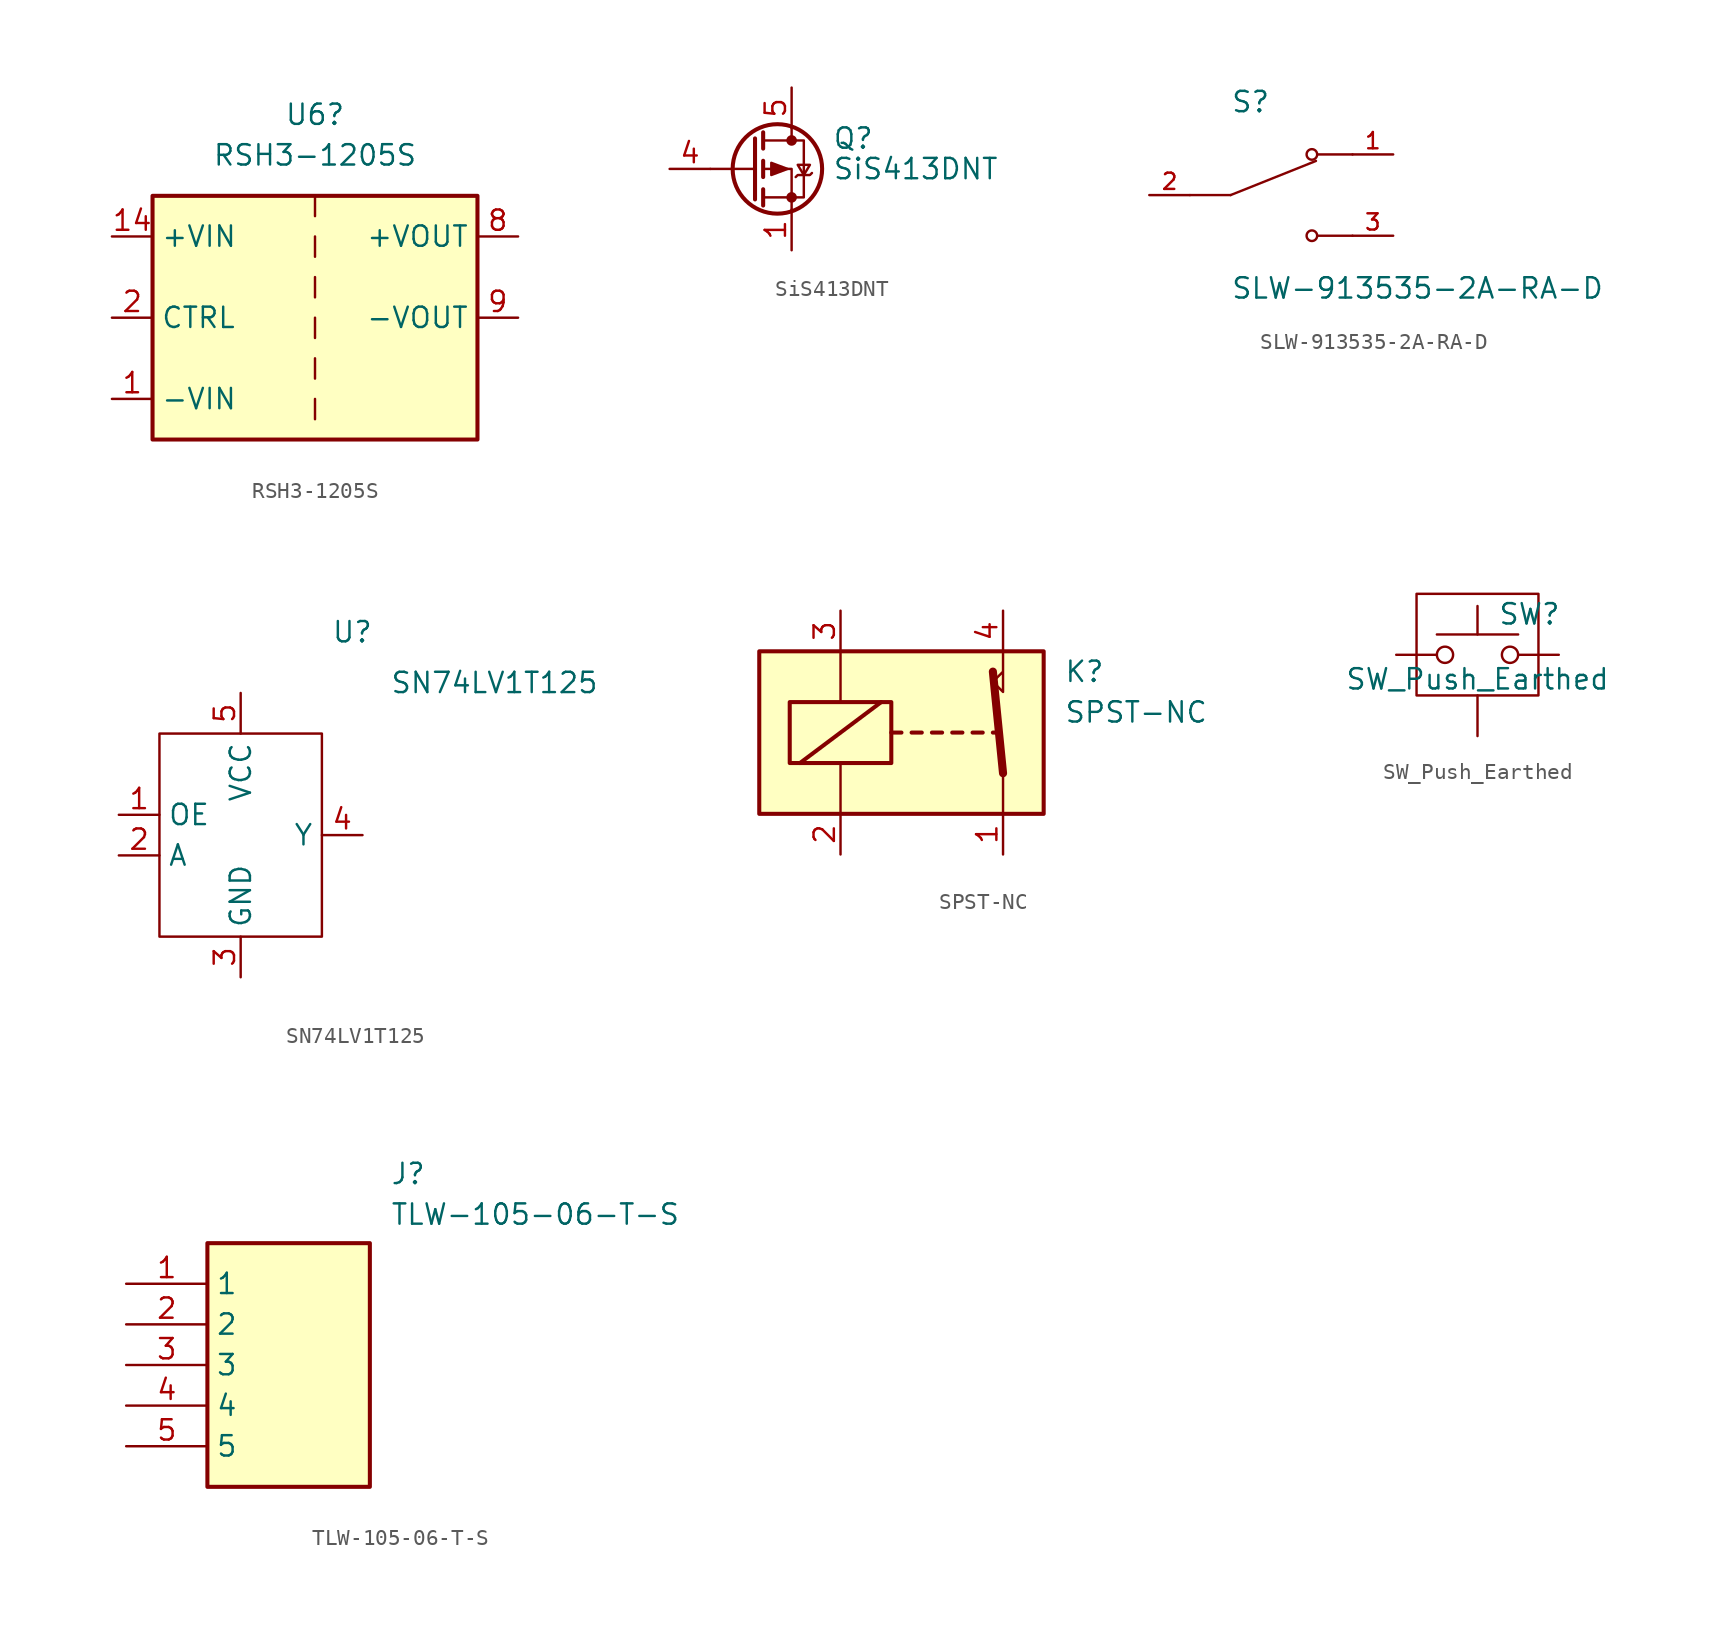
<source format=kicad_sym>
(kicad_symbol_lib
  (version 20231120)
  (generator "kicad_symbol_editor")
  (generator_version "8.0")
  (symbol "RSH3-1205S"
    (property "Reference" "U6"
      (at 0 12.7 0)
      (effects (font (size 1.27 1.27))))
    (property "Value" "RSH3-1205S"
      (at 0 10.16 0)
      (effects (font (size 1.27 1.27))))
    (symbol "RSH3-1205S_0_1"
      (rectangle (start -10.16 7.62) (end 10.16 -7.62) (stroke (width 0.254) (type default)) (fill (type background)))
      (polyline (pts (xy 0 -5.08) (xy 0 -6.35)) (stroke (width 0) (type default)) (fill (type none)))
      (polyline (pts (xy 0 -2.54) (xy 0 -3.81)) (stroke (width 0) (type default)) (fill (type none)))
      (polyline (pts (xy 0 0) (xy 0 -1.27)) (stroke (width 0) (type default)) (fill (type none)))
      (polyline (pts (xy 0 2.54) (xy 0 1.27)) (stroke (width 0) (type default)) (fill (type none)))
      (polyline (pts (xy 0 5.08) (xy 0 3.81)) (stroke (width 0) (type default)) (fill (type none)))
      (polyline (pts (xy 0 7.62) (xy 0 6.35)) (stroke (width 0) (type default)) (fill (type none))))
    (symbol "RSH3-1205S_1_1"
      (pin power_out line (at -12.7 -5.08 0) (length 2.54) (name "-VIN" (effects (font (size 1.27 1.27)))) (number "1" (effects (font (size 1.27 1.27)))))
      (pin power_in line (at -12.7 5.08 0) (length 2.54) (name "+VIN" (effects (font (size 1.27 1.27)))) (number "14" (effects (font (size 1.27 1.27)))))
      (pin input line (at -12.7 0 0) (length 2.54) (name "CTRL" (effects (font (size 1.27 1.27)))) (number "2" (effects (font (size 1.27 1.27)))))
      (pin no_connect line (at 10.16 -5.08 180) (length 2.54) hide (name "NC" (effects (font (size 1.27 1.27)))) (number "6" (effects (font (size 1.27 1.27)))))
      (pin no_connect line (at 10.16 -2.54 180) (length 2.54) hide (name "NC" (effects (font (size 1.27 1.27)))) (number "7" (effects (font (size 1.27 1.27)))))
      (pin power_out line (at 12.7 5.08 180) (length 2.54) (name "+VOUT" (effects (font (size 1.27 1.27)))) (number "8" (effects (font (size 1.27 1.27)))))
      (pin power_out line (at 12.7 0 180) (length 2.54) (name "-VOUT" (effects (font (size 1.27 1.27)))) (number "9" (effects (font (size 1.27 1.27)))))))
  (symbol "SiS413DNT"
    (pin_names hide)
    (property "Reference" "Q"
      (at 5.08 1.905 0)
      (effects (font (size 1.27 1.27)) (justify left)))
    (property "Value" "SiS413DNT"
      (at 5.08 0 0)
      (effects (font (size 1.27 1.27)) (justify left)))
    (symbol "SiS413DNT_0_1"
      (polyline (pts (xy 0.254 0) (xy -2.54 0)) (stroke (width 0) (type default)) (fill (type none)))
      (polyline (pts (xy 0.254 1.905) (xy 0.254 -1.905)) (stroke (width 0.254) (type default)) (fill (type none)))
      (polyline (pts (xy 0.762 -1.27) (xy 0.762 -2.286)) (stroke (width 0.254) (type default)) (fill (type none)))
      (polyline (pts (xy 0.762 0.508) (xy 0.762 -0.508)) (stroke (width 0.254) (type default)) (fill (type none)))
      (polyline (pts (xy 0.762 2.286) (xy 0.762 1.27)) (stroke (width 0.254) (type default)) (fill (type none)))
      (polyline (pts (xy 2.54 2.54) (xy 2.54 1.778)) (stroke (width 0) (type default)) (fill (type none)))
      (polyline (pts (xy 2.54 -2.54) (xy 2.54 0) (xy 0.762 0)) (stroke (width 0) (type default)) (fill (type none)))
      (polyline (pts (xy 0.762 1.778) (xy 3.302 1.778) (xy 3.302 -1.778) (xy 0.762 -1.778)) (stroke (width 0) (type default)) (fill (type none)))
      (polyline (pts (xy 2.286 0) (xy 1.27 0.381) (xy 1.27 -0.381) (xy 2.286 0)) (stroke (width 0) (type default)) (fill (type outline)))
      (polyline (pts (xy 2.794 -0.508) (xy 2.921 -0.381) (xy 3.683 -0.381) (xy 3.81 -0.254)) (stroke (width 0) (type default)) (fill (type none)))
      (polyline (pts (xy 3.302 -0.381) (xy 2.921 0.254) (xy 3.683 0.254) (xy 3.302 -0.381)) (stroke (width 0) (type default)) (fill (type none)))
      (circle (center 1.651 0) (radius 2.794) (stroke (width 0.254) (type default)) (fill (type none)))
      (circle (center 2.54 -1.778) (radius 0.254) (stroke (width 0) (type default)) (fill (type outline)))
      (circle (center 2.54 1.778) (radius 0.254) (stroke (width 0) (type default)) (fill (type outline))))
    (symbol "SiS413DNT_1_1"
      (pin passive line (at 2.54 -5.08 90) (length 2.54) (name "S" (effects (font (size 1.27 1.27)))) (number "1" (effects (font (size 1.27 1.27)))))
      (pin passive line (at 2.54 -5.08 90) (length 2.54) hide (name "S" (effects (font (size 1.27 1.27)))) (number "2" (effects (font (size 1.27 1.27)))))
      (pin passive line (at 2.54 -5.08 90) (length 2.54) hide (name "S" (effects (font (size 1.27 1.27)))) (number "3" (effects (font (size 1.27 1.27)))))
      (pin passive line (at -5.08 0 0) (length 2.54) (name "G" (effects (font (size 1.27 1.27)))) (number "4" (effects (font (size 1.27 1.27)))))
      (pin passive line (at 2.54 5.08 270) (length 2.54) (name "D" (effects (font (size 1.27 1.27)))) (number "5" (effects (font (size 1.27 1.27)))))))
  (symbol "SLW-913535-2A-RA-D"
    (pin_names
      (offset 1.016))
    (property "Reference" "S"
      (at -2.54 5.08 0)
      (effects (font (size 1.27 1.27)) (justify left bottom)))
    (property "Value" "SLW-913535-2A-RA-D"
      (at -2.54 -5.08 0)
      (effects (font (size 1.27 1.27)) (justify left top)))
    (symbol "SLW-913535-2A-RA-D_0_0"
      (polyline (pts (xy -2.54 0) (xy -5.08 0)) (stroke (width 0.152) (type default)) (fill (type none)))
      (polyline (pts (xy -2.54 0) (xy 2.794 2.134)) (stroke (width 0.152) (type default)) (fill (type none)))
      (polyline (pts (xy 5.08 -2.54) (xy 2.921 -2.54)) (stroke (width 0.152) (type default)) (fill (type none)))
      (polyline (pts (xy 5.08 2.54) (xy 2.921 2.54)) (stroke (width 0.152) (type default)) (fill (type none)))
      (circle (center 2.54 -2.54) (radius 0.33) (stroke (width 0.152) (type default)) (fill (type none)))
      (circle (center 2.54 2.54) (radius 0.33) (stroke (width 0.152) (type default)) (fill (type none)))
      (pin passive line (at 7.62 2.54 180) (length 2.54) (name "~" (effects (font (size 1.016 1.016)))) (number "1" (effects (font (size 1.016 1.016)))))
      (pin passive line (at -7.62 0 0) (length 2.54) (name "~" (effects (font (size 1.016 1.016)))) (number "2" (effects (font (size 1.016 1.016)))))
      (pin passive line (at 7.62 -2.54 180) (length 2.54) (name "~" (effects (font (size 1.016 1.016)))) (number "3" (effects (font (size 1.016 1.016)))))))
  (symbol "SN74LV1T125"
    (property "Reference" "U"
      (at 8.255 12.7 0)
      (effects (font (size 1.27 1.27))))
    (property "Value" "SN74LV1T125"
      (at 17.145 9.525 0)
      (effects (font (size 1.27 1.27))))
    (symbol "SN74LV1T125_0_1"
      (rectangle (start -3.81 6.35) (end 6.35 -6.35) (stroke (width 0) (type default)) (fill (type none))))
    (symbol "SN74LV1T125_1_1"
      (pin input line (at -6.35 1.27 0) (length 2.54) (name "OE" (effects (font (size 1.27 1.27)))) (number "1" (effects (font (size 1.27 1.27)))))
      (pin input line (at -6.35 -1.27 0) (length 2.54) (name "A" (effects (font (size 1.27 1.27)))) (number "2" (effects (font (size 1.27 1.27)))))
      (pin power_in line (at 1.27 -8.89 90) (length 2.54) (name "GND" (effects (font (size 1.27 1.27)))) (number "3" (effects (font (size 1.27 1.27)))))
      (pin output line (at 8.89 0 180) (length 2.54) (name "Y" (effects (font (size 1.27 1.27)))) (number "4" (effects (font (size 1.27 1.27)))))
      (pin power_in line (at 1.27 8.89 270) (length 2.54) (name "VCC" (effects (font (size 1.27 1.27)))) (number "5" (effects (font (size 1.27 1.27)))))))
  (symbol "SPST-NC"
    (property "Reference" "K"
      (at 8.89 3.81 0)
      (effects (font (size 1.27 1.27)) (justify left)))
    (property "Value" "SPST-NC"
      (at 8.89 1.27 0)
      (effects (font (size 1.27 1.27)) (justify left)))
    (symbol "SPST-NC_0_0"
      (polyline (pts (xy 5.08 5.08) (xy 5.08 2.54) (xy 4.445 3.175) (xy 5.08 3.81)) (stroke (width 0) (type default)) (fill (type none))))
    (symbol "SPST-NC_0_1"
      (rectangle (start -10.16 5.08) (end 7.62 -5.08) (stroke (width 0.254) (type default)) (fill (type background)))
      (rectangle (start -8.255 1.905) (end -1.905 -1.905) (stroke (width 0.254) (type default)) (fill (type none)))
      (polyline (pts (xy -7.62 -1.905) (xy -2.54 1.905)) (stroke (width 0.254) (type default)) (fill (type none)))
      (polyline (pts (xy -5.08 -5.08) (xy -5.08 -1.905)) (stroke (width 0) (type default)) (fill (type none)))
      (polyline (pts (xy -5.08 5.08) (xy -5.08 1.905)) (stroke (width 0) (type default)) (fill (type none)))
      (polyline (pts (xy -1.905 0) (xy -1.27 0)) (stroke (width 0.254) (type default)) (fill (type none)))
      (polyline (pts (xy -0.635 0) (xy 0 0)) (stroke (width 0.254) (type default)) (fill (type none)))
      (polyline (pts (xy 0.635 0) (xy 1.27 0)) (stroke (width 0.254) (type default)) (fill (type none)))
      (polyline (pts (xy 1.905 0) (xy 2.54 0)) (stroke (width 0.254) (type default)) (fill (type none)))
      (polyline (pts (xy 3.175 0) (xy 3.81 0)) (stroke (width 0.254) (type default)) (fill (type none)))
      (polyline (pts (xy 4.445 0) (xy 4.826 0)) (stroke (width 0.254) (type default)) (fill (type none)))
      (polyline (pts (xy 5.08 -2.54) (xy 4.445 3.81)) (stroke (width 0.508) (type default)) (fill (type none)))
      (polyline (pts (xy 5.08 -2.54) (xy 5.08 -5.08)) (stroke (width 0) (type default)) (fill (type none))))
    (symbol "SPST-NC_1_1"
      (pin passive line (at 5.08 -7.62 90) (length 2.54) (name "~" (effects (font (size 1.27 1.27)))) (number "1" (effects (font (size 1.27 1.27)))))
      (pin passive line (at -5.08 -7.62 90) (length 2.54) (name "~" (effects (font (size 1.27 1.27)))) (number "2" (effects (font (size 1.27 1.27)))))
      (pin passive line (at -5.08 7.62 270) (length 2.54) (name "~" (effects (font (size 1.27 1.27)))) (number "3" (effects (font (size 1.27 1.27)))))
      (pin passive line (at 5.08 7.62 270) (length 2.54) (name "~" (effects (font (size 1.27 1.27)))) (number "4" (effects (font (size 1.27 1.27)))))))
  (symbol "SW_Push_Earthed"
    (pin_numbers hide)
    (pin_names
      (offset 1.016) hide)
    (property "Reference" "SW"
      (at 1.27 2.54 0)
      (effects (font (size 1.27 1.27)) (justify left)))
    (property "Value" "SW_Push_Earthed"
      (at 0 -1.524 0)
      (effects (font (size 1.27 1.27))))
    (symbol "SW_Push_Earthed_0_1"
      (rectangle (start -3.81 3.81) (end 3.81 -2.54) (stroke (width 0) (type default)) (fill (type none)))
      (circle (center -2.032 0) (radius 0.508) (stroke (width 0) (type default)) (fill (type none)))
      (polyline (pts (xy 0 1.27) (xy 0 3.048)) (stroke (width 0) (type default)) (fill (type none)))
      (polyline (pts (xy 2.54 1.27) (xy -2.54 1.27)) (stroke (width 0) (type default)) (fill (type none)))
      (circle (center 2.032 0) (radius 0.508) (stroke (width 0) (type default)) (fill (type none)))
      (pin passive line (at -5.08 0 0) (length 2.54) (name "1" (effects (font (size 1.27 1.27)))) (number "1" (effects (font (size 1.27 1.27)))))
      (pin passive line (at 5.08 0 180) (length 2.54) (name "2" (effects (font (size 1.27 1.27)))) (number "2" (effects (font (size 1.27 1.27))))))
    (symbol "SW_Push_Earthed_1_1"
      (pin passive line (at 0 -5.08 90) (length 2.54) (name "Casing" (effects (font (size 1.27 1.27)))) (number "3" (effects (font (size 1.27 1.27)))))))
  (symbol "TLW-105-06-T-S"
    (property "Reference" "J"
      (at 16.51 7.62 0)
      (effects (font (size 1.27 1.27)) (justify left top)))
    (property "Value" "TLW-105-06-T-S"
      (at 16.51 5.08 0)
      (effects (font (size 1.27 1.27)) (justify left top)))
    (symbol "TLW-105-06-T-S_1_1"
      (rectangle (start 5.08 2.54) (end 15.24 -12.7) (stroke (width 0.254) (type default)) (fill (type background)))
      (pin passive line (at 0 0 0) (length 5.08) (name "1" (effects (font (size 1.27 1.27)))) (number "1" (effects (font (size 1.27 1.27)))))
      (pin passive line (at 0 -2.54 0) (length 5.08) (name "2" (effects (font (size 1.27 1.27)))) (number "2" (effects (font (size 1.27 1.27)))))
      (pin passive line (at 0 -5.08 0) (length 5.08) (name "3" (effects (font (size 1.27 1.27)))) (number "3" (effects (font (size 1.27 1.27)))))
      (pin passive line (at 0 -7.62 0) (length 5.08) (name "4" (effects (font (size 1.27 1.27)))) (number "4" (effects (font (size 1.27 1.27)))))
      (pin passive line (at 0 -10.16 0) (length 5.08) (name "5" (effects (font (size 1.27 1.27)))) (number "5" (effects (font (size 1.27 1.27))))))))
</source>
